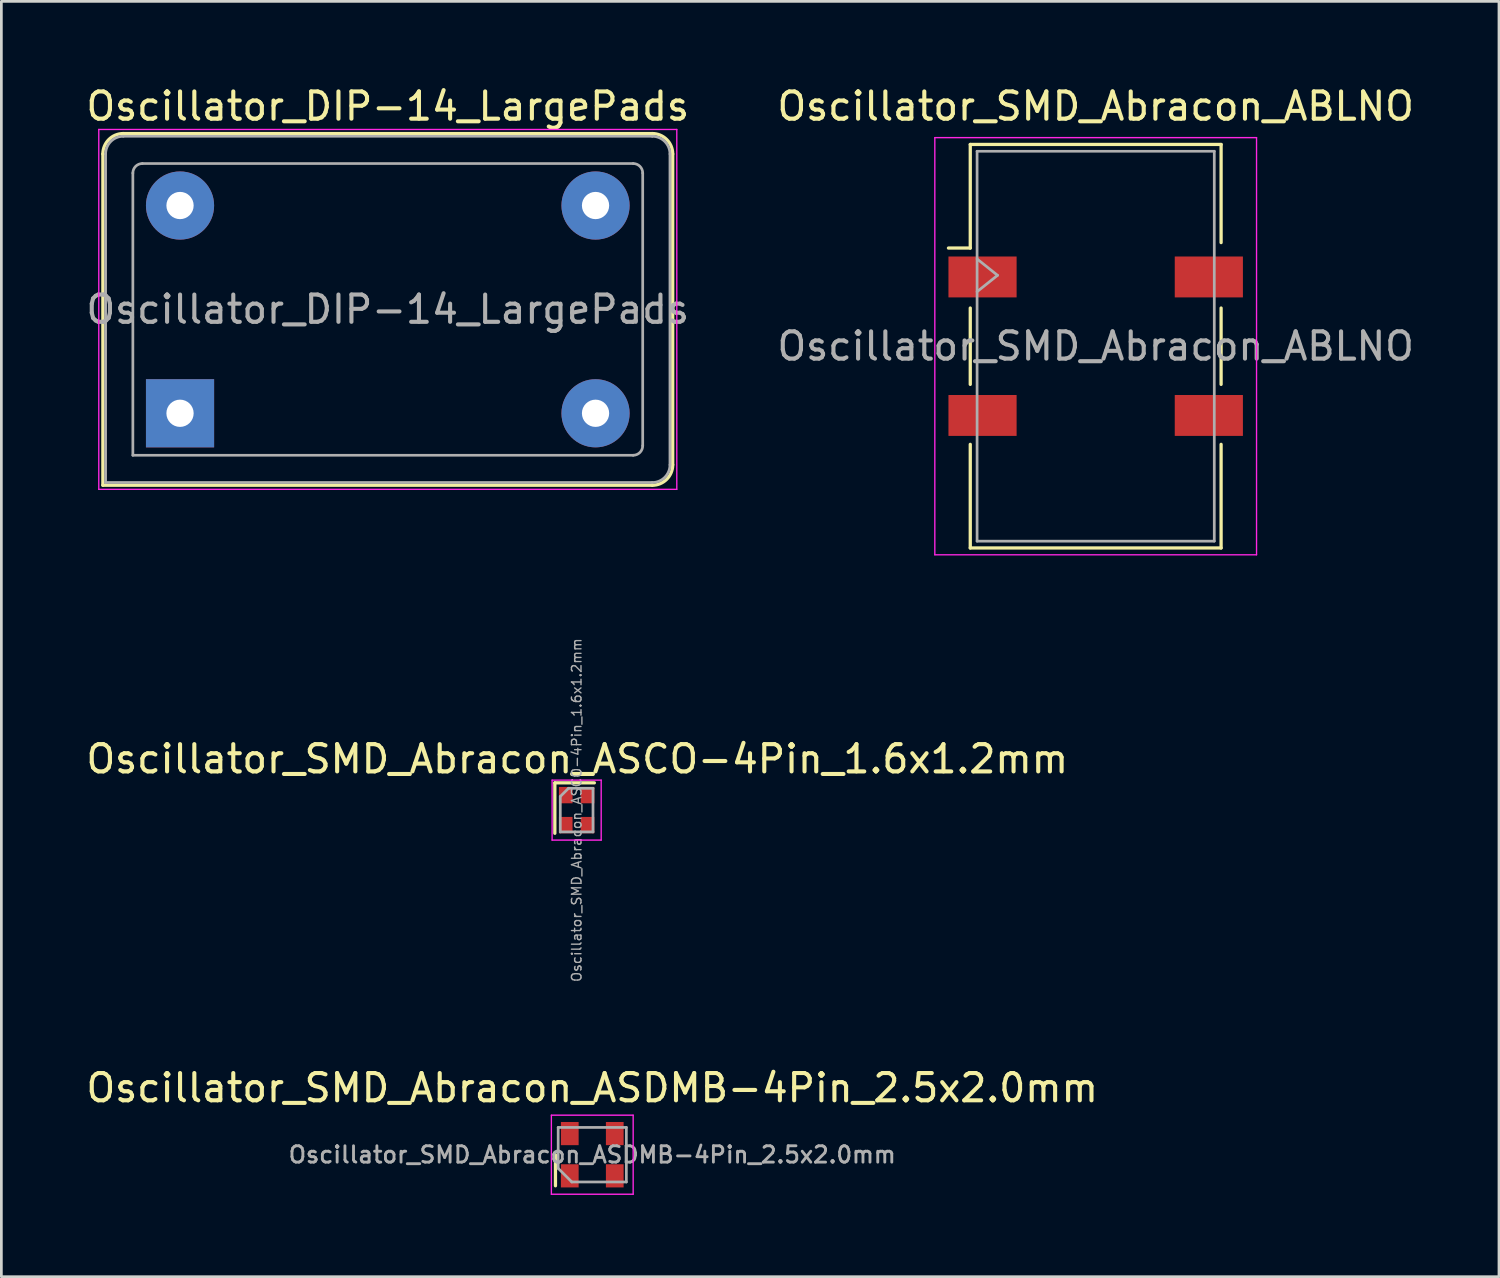
<source format=kicad_pcb>
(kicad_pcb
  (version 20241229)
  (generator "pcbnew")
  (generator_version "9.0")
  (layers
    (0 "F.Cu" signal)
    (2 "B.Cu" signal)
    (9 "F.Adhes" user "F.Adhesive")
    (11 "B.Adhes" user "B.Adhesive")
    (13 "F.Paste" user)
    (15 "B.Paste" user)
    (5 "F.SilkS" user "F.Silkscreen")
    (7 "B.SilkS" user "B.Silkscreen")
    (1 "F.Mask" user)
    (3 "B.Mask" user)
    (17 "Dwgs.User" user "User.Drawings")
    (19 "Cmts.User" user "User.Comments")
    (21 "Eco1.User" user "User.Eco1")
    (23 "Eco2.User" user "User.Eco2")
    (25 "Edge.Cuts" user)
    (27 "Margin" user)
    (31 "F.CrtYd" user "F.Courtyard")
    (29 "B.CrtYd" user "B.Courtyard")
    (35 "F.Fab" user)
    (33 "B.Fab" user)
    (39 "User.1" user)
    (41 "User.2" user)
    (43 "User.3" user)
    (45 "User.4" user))
  (footprint "Oscillator_SMD_Abracon_ABLNO"
    (layer "F.Cu")
    (at 37.137 9.648)
    (property "Reference" "Oscillator_SMD_Abracon_ABLNO" (at 0 -8.8 0) (layer "F.SilkS") (effects (font (size 1 1) (thickness 0.15))))
    (attr smd)
    (fp_line (start -4.6 -7.4) (end 4.6 -7.4) (stroke (width 0.12) (type solid)) (layer "F.SilkS"))
    (fp_line (start -4.6 -3.6) (end -5.4 -3.6) (stroke (width 0.12) (type solid)) (layer "F.SilkS"))
    (fp_line (start -4.6 -3.6) (end -4.6 -7.4) (stroke (width 0.12) (type solid)) (layer "F.SilkS"))
    (fp_line (start -4.6 -1.4) (end -4.6 1.4) (stroke (width 0.12) (type solid)) (layer "F.SilkS"))
    (fp_line (start -4.6 7.4) (end -4.6 3.6) (stroke (width 0.12) (type solid)) (layer "F.SilkS"))
    (fp_line (start 4.6 -3.8) (end 4.6 -7.4) (stroke (width 0.12) (type solid)) (layer "F.SilkS"))
    (fp_line (start 4.6 1.4) (end 4.6 -1.4) (stroke (width 0.12) (type solid)) (layer "F.SilkS"))
    (fp_line (start 4.6 3.6) (end 4.6 7.4) (stroke (width 0.12) (type solid)) (layer "F.SilkS"))
    (fp_line (start 4.6 7.4) (end -4.6 7.4) (stroke (width 0.12) (type solid)) (layer "F.SilkS"))
    (fp_line (start -5.9 -7.65) (end 5.9 -7.65) (stroke (width 0.05) (type solid)) (layer "F.CrtYd"))
    (fp_line (start -5.9 7.65) (end -5.9 -7.65) (stroke (width 0.05) (type solid)) (layer "F.CrtYd"))
    (fp_line (start 5.9 -7.65) (end 5.9 7.65) (stroke (width 0.05) (type solid)) (layer "F.CrtYd"))
    (fp_line (start 5.9 7.65) (end -5.9 7.65) (stroke (width 0.05) (type solid)) (layer "F.CrtYd"))
    (fp_line (start -4.35 -7.15) (end 4.35 -7.15) (stroke (width 0.1) (type solid)) (layer "F.Fab"))
    (fp_line (start -4.35 -3.2) (end -3.6 -2.6) (stroke (width 0.1) (type solid)) (layer "F.Fab"))
    (fp_line (start -4.35 7.15) (end -4.35 -7.15) (stroke (width 0.1) (type solid)) (layer "F.Fab"))
    (fp_line (start -3.6 -2.6) (end -4.35 -2) (stroke (width 0.1) (type solid)) (layer "F.Fab"))
    (fp_line (start 4.35 -7.15) (end 4.35 7.15) (stroke (width 0.1) (type solid)) (layer "F.Fab"))
    (fp_line (start 4.35 7.15) (end -4.35 7.15) (stroke (width 0.1) (type solid)) (layer "F.Fab"))
    (fp_text user "${REFERENCE}" (at 0 0 0) (layer "F.Fab") (effects (font (size 1 1) (thickness 0.15))))
    (pad "1" smd rect (at -2.9 -2.54 270) (size 1.5 2.5) (drill (offset 0 1.25)) (layers "F.Cu" "F.Mask" "F.Paste"))
    (pad "2" smd rect (at -2.9 2.54 270) (size 1.5 2.5) (drill (offset 0 1.25)) (layers "F.Cu" "F.Mask" "F.Paste"))
    (pad "3" smd rect (at 2.9 2.54 270) (size 1.5 2.5) (drill (offset 0 -1.25)) (layers "F.Cu" "F.Mask" "F.Paste"))
    (pad "4" smd rect (at 2.9 -2.54 270) (size 1.5 2.5) (drill (offset 0 -1.25)) (layers "F.Cu" "F.Mask" "F.Paste")))
  (footprint "Oscillator_SMD_Abracon_ASDMB-4Pin_2.5x2.0mm"
    (layer "F.Cu")
    (at 18.673 39.302)
    (property "Reference" "Oscillator_SMD_Abracon_ASDMB-4Pin_2.5x2.0mm" (at 0 -2.45 0) (layer "F.SilkS") (effects (font (size 1 1) (thickness 0.15))))
    (attr smd)
    (fp_line (start -1.35 0) (end -1.35 1.14) (stroke (width 0.12) (type solid)) (layer "F.SilkS"))
    (fp_line (start -1.5 -1.45) (end -1.5 1.45) (stroke (width 0.05) (type solid)) (layer "F.CrtYd"))
    (fp_line (start -1.5 1.45) (end 1.5 1.45) (stroke (width 0.05) (type solid)) (layer "F.CrtYd"))
    (fp_line (start 1.5 -1.45) (end -1.5 -1.45) (stroke (width 0.05) (type solid)) (layer "F.CrtYd"))
    (fp_line (start 1.5 1.45) (end 1.5 -1.45) (stroke (width 0.05) (type solid)) (layer "F.CrtYd"))
    (fp_line (start -1.25 -1) (end 1.25 -1) (stroke (width 0.1) (type solid)) (layer "F.Fab"))
    (fp_line (start -1.25 0.5) (end -1.25 -1) (stroke (width 0.1) (type solid)) (layer "F.Fab"))
    (fp_line (start -1.25 0.5) (end -0.75 1) (stroke (width 0.1) (type solid)) (layer "F.Fab"))
    (fp_line (start 1.25 -1) (end 1.25 1) (stroke (width 0.1) (type solid)) (layer "F.Fab"))
    (fp_line (start 1.25 1) (end -0.75 1) (stroke (width 0.1) (type solid)) (layer "F.Fab"))
    (fp_text user "${REFERENCE}" (at 0 0 0) (layer "F.Fab") (effects (font (size 0.6 0.6) (thickness 0.105))))
    (pad "1" smd rect (at -0.825 0.775) (size 0.65 0.85) (layers "F.Cu" "F.Mask" "F.Paste"))
    (pad "2" smd rect (at 0.825 0.775) (size 0.65 0.85) (layers "F.Cu" "F.Mask" "F.Paste"))
    (pad "3" smd rect (at 0.825 -0.775) (size 0.65 0.85) (layers "F.Cu" "F.Mask" "F.Paste"))
    (pad "4" smd rect (at -0.825 -0.775) (size 0.65 0.85) (layers "F.Cu" "F.Mask" "F.Paste")))
  (footprint "Oscillator_DIP-14_LargePads"
    (layer "F.Cu")
    (at 3.553 12.108)
    (property "Reference" "Oscillator_DIP-14_LargePads" (at 7.62 -11.26 0) (layer "F.SilkS") (effects (font (size 1 1) (thickness 0.15))))
    (attr through_hole)
    (fp_line (start -2.83 -9.51) (end -2.83 2.64) (stroke (width 0.12) (type solid)) (layer "F.SilkS"))
    (fp_line (start -2.83 2.64) (end 17.32 2.64) (stroke (width 0.12) (type solid)) (layer "F.SilkS"))
    (fp_line (start 17.32 -10.26) (end -2.08 -10.26) (stroke (width 0.12) (type solid)) (layer "F.SilkS"))
    (fp_line (start 18.07 1.89) (end 18.07 -9.51) (stroke (width 0.12) (type solid)) (layer "F.SilkS"))
    (fp_arc (start -2.83 -9.51) (mid -2.61033 -10.04033) (end -2.08 -10.26) (stroke (width 0.12) (type solid)) (layer "F.SilkS"))
    (fp_arc (start 17.32 -10.26) (mid 17.85033 -10.04033) (end 18.07 -9.51) (stroke (width 0.12) (type solid)) (layer "F.SilkS"))
    (fp_arc (start 18.07 1.89) (mid 17.85033 2.42033) (end 17.32 2.64) (stroke (width 0.12) (type solid)) (layer "F.SilkS"))
    (fp_line (start -2.98 -10.41) (end -2.98 2.79) (stroke (width 0.05) (type solid)) (layer "F.CrtYd"))
    (fp_line (start -2.98 2.79) (end 18.22 2.79) (stroke (width 0.05) (type solid)) (layer "F.CrtYd"))
    (fp_line (start 18.22 -10.41) (end -2.98 -10.41) (stroke (width 0.05) (type solid)) (layer "F.CrtYd"))
    (fp_line (start 18.22 2.79) (end 18.22 -10.41) (stroke (width 0.05) (type solid)) (layer "F.CrtYd"))
    (fp_line (start -2.73 2.54) (end -2.73 -9.51) (stroke (width 0.1) (type solid)) (layer "F.Fab"))
    (fp_line (start -2.73 2.54) (end 17.32 2.54) (stroke (width 0.1) (type solid)) (layer "F.Fab"))
    (fp_line (start -2.08 -10.16) (end 17.32 -10.16) (stroke (width 0.1) (type solid)) (layer "F.Fab"))
    (fp_line (start -1.73 1.54) (end -1.73 -8.81) (stroke (width 0.1) (type solid)) (layer "F.Fab"))
    (fp_line (start -1.73 1.54) (end 16.62 1.54) (stroke (width 0.1) (type solid)) (layer "F.Fab"))
    (fp_line (start -1.38 -9.16) (end 16.62 -9.16) (stroke (width 0.1) (type solid)) (layer "F.Fab"))
    (fp_line (start 16.97 1.19) (end 16.97 -8.81) (stroke (width 0.1) (type solid)) (layer "F.Fab"))
    (fp_line (start 17.97 -9.51) (end 17.97 1.89) (stroke (width 0.1) (type solid)) (layer "F.Fab"))
    (fp_arc (start -2.73 -9.51) (mid -2.539619 -9.969619) (end -2.08 -10.16) (stroke (width 0.1) (type solid)) (layer "F.Fab"))
    (fp_arc (start -1.73 -8.81) (mid -1.627487 -9.057487) (end -1.38 -9.16) (stroke (width 0.1) (type solid)) (layer "F.Fab"))
    (fp_arc (start 16.62 -9.16) (mid 16.867487 -9.057487) (end 16.97 -8.81) (stroke (width 0.1) (type solid)) (layer "F.Fab"))
    (fp_arc (start 16.97 1.19) (mid 16.867487 1.437487) (end 16.62 1.54) (stroke (width 0.1) (type solid)) (layer "F.Fab"))
    (fp_arc (start 17.32 -10.16) (mid 17.779619 -9.969619) (end 17.97 -9.51) (stroke (width 0.1) (type solid)) (layer "F.Fab"))
    (fp_arc (start 17.97 1.89) (mid 17.779619 2.349619) (end 17.32 2.54) (stroke (width 0.1) (type solid)) (layer "F.Fab"))
    (fp_text user "${REFERENCE}" (at 7.62 -3.81 0) (layer "F.Fab") (effects (font (size 1 1) (thickness 0.15))))
    (pad "1" thru_hole rect (at 0 0) (size 2.5 2.5) (drill 1) (layers "*.Cu" "*.Mask"))
    (pad "7" thru_hole circle (at 15.24 0) (size 2.5 2.5) (drill 1) (layers "*.Cu" "*.Mask"))
    (pad "8" thru_hole circle (at 15.24 -7.62) (size 2.5 2.5) (drill 1) (layers "*.Cu" "*.Mask"))
    (pad "14" thru_hole circle (at 0 -7.62) (size 2.5 2.5) (drill 1) (layers "*.Cu" "*.Mask")))
  (footprint "Oscillator_SMD_Abracon_ASCO-4Pin_1.6x1.2mm"
    (layer "F.Cu")
    (at 18.1 26.663)
    (property "Reference" "Oscillator_SMD_Abracon_ASCO-4Pin_1.6x1.2mm" (at 0.025 -1.875 0) (layer "F.SilkS") (effects (font (size 1 1) (thickness 0.15))))
    (attr smd)
    (fp_line (start -0.8 -1) (end -0.8 0.85) (stroke (width 0.12) (type solid)) (layer "F.SilkS"))
    (fp_line (start 0.65 -1) (end -0.8 -1) (stroke (width 0.12) (type solid)) (layer "F.SilkS"))
    (fp_line (start -0.9 -1.1) (end -0.9 1.1) (stroke (width 0.05) (type solid)) (layer "F.CrtYd"))
    (fp_line (start -0.9 1.1) (end 0.9 1.1) (stroke (width 0.05) (type solid)) (layer "F.CrtYd"))
    (fp_line (start 0.9 -1.1) (end -0.9 -1.1) (stroke (width 0.05) (type solid)) (layer "F.CrtYd"))
    (fp_line (start 0.9 1.1) (end 0.9 -1.1) (stroke (width 0.05) (type solid)) (layer "F.CrtYd"))
    (fp_line (start -0.6 0.8) (end -0.6 -0.5) (stroke (width 0.1) (type solid)) (layer "F.Fab"))
    (fp_line (start -0.3 -0.8) (end -0.6 -0.5) (stroke (width 0.1) (type solid)) (layer "F.Fab"))
    (fp_line (start -0.3 -0.8) (end 0.6 -0.8) (stroke (width 0.1) (type solid)) (layer "F.Fab"))
    (fp_line (start 0.6 -0.8) (end 0.6 0.8) (stroke (width 0.1) (type solid)) (layer "F.Fab"))
    (fp_line (start 0.6 0.8) (end -0.6 0.8) (stroke (width 0.1) (type solid)) (layer "F.Fab"))
    (fp_text user "${REFERENCE}" (at 0 0 270) (layer "F.Fab") (effects (font (size 0.35 0.35) (thickness 0.05))))
    (pad "1" smd rect (at -0.4 -0.55) (size 0.5 0.6) (layers "F.Cu" "F.Mask" "F.Paste"))
    (pad "2" smd rect (at -0.4 0.55) (size 0.5 0.6) (layers "F.Cu" "F.Mask" "F.Paste"))
    (pad "3" smd rect (at 0.4 0.55) (size 0.5 0.6) (layers "F.Cu" "F.Mask" "F.Paste"))
    (pad "4" smd rect (at 0.4 -0.55) (size 0.5 0.6) (layers "F.Cu" "F.Mask" "F.Paste")))
  (gr_rect
    (start -3 -3)
    (end 51.929 43.777)
    (stroke (width 0.1) (type default))
    (fill no)
    (layer "Edge.Cuts")))
</source>
